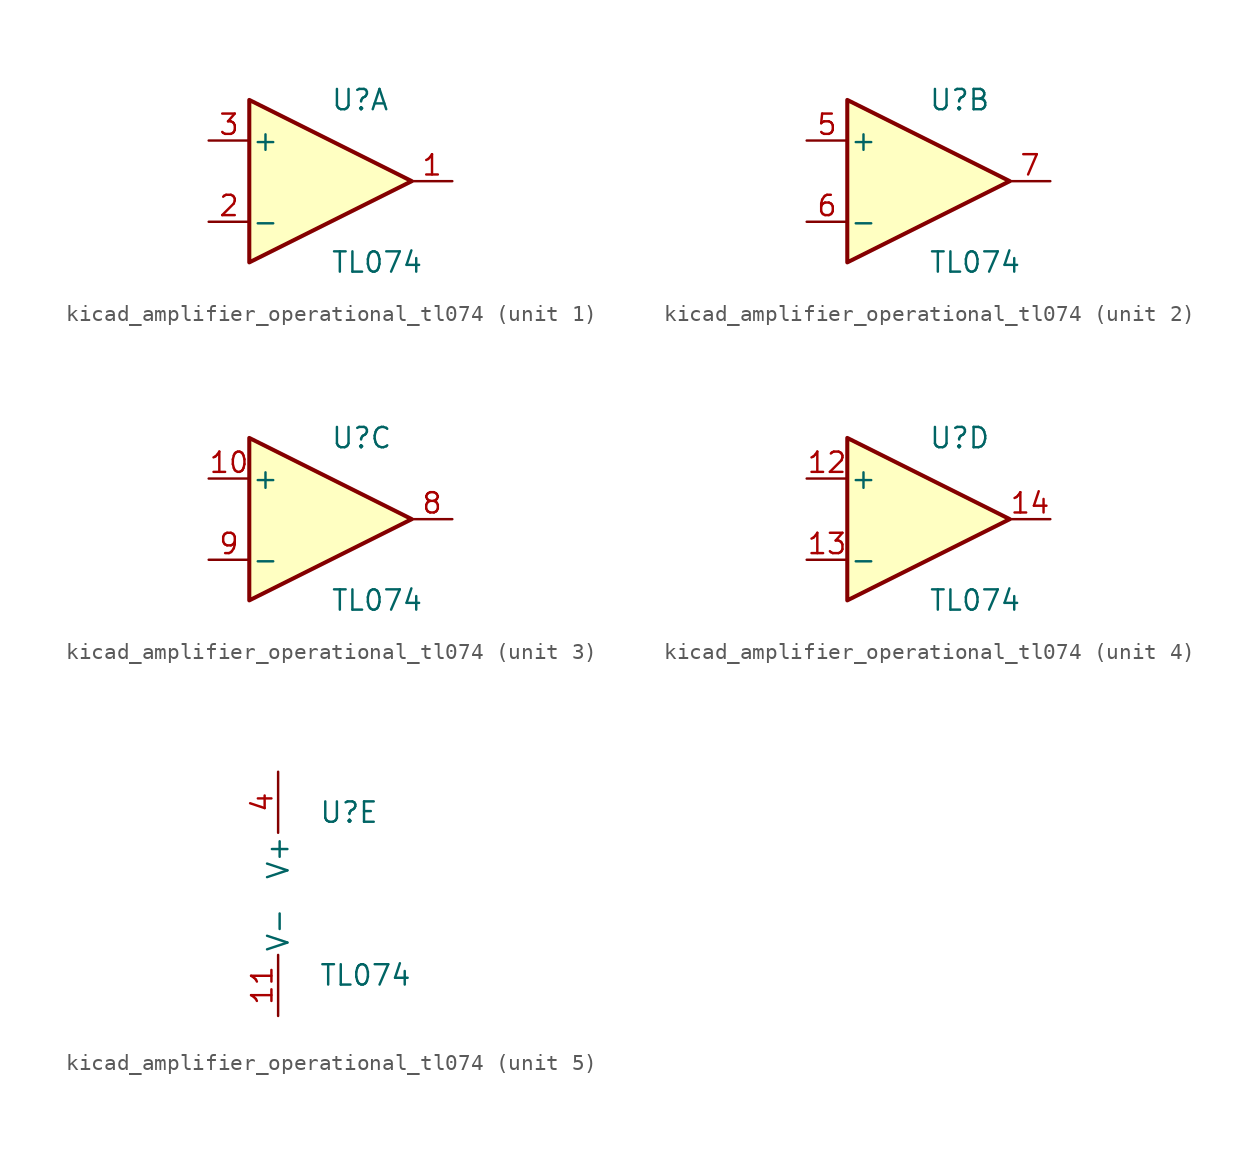
<source format=kicad_sym>
(kicad_symbol_lib
  (version 20220914)
  (generator kicad_symbol_editor)
  (symbol "kicad_amplifier_operational_tl074"
    (pin_names
      (offset 0.127))
    (property "Reference" "U"
      (at 0 5.08 0)
      (effects (font (size 1.27 1.27)) (justify left)))
    (property "Value" "TL074"
      (at 0 -5.08 0)
      (effects (font (size 1.27 1.27)) (justify left)))
    (property "ki_locked" ""
      (at 0 0 0)
      (effects (font (size 1.27 1.27))))
    (symbol "kicad_amplifier_operational_tl074_1_1"
      (polyline (pts (xy -5.08 5.08) (xy 5.08 0) (xy -5.08 -5.08) (xy -5.08 5.08)) (stroke (width 0.254) (type default)) (fill (type background)))
      (pin output line (at 7.62 0 180) (length 2.54) (name "~" (effects (font (size 1.27 1.27)))) (number "1" (effects (font (size 1.27 1.27)))))
      (pin input line (at -7.62 -2.54 0) (length 2.54) (name "-" (effects (font (size 1.27 1.27)))) (number "2" (effects (font (size 1.27 1.27)))))
      (pin input line (at -7.62 2.54 0) (length 2.54) (name "+" (effects (font (size 1.27 1.27)))) (number "3" (effects (font (size 1.27 1.27))))))
    (symbol "kicad_amplifier_operational_tl074_2_1"
      (polyline (pts (xy -5.08 5.08) (xy 5.08 0) (xy -5.08 -5.08) (xy -5.08 5.08)) (stroke (width 0.254) (type default)) (fill (type background)))
      (pin input line (at -7.62 2.54 0) (length 2.54) (name "+" (effects (font (size 1.27 1.27)))) (number "5" (effects (font (size 1.27 1.27)))))
      (pin input line (at -7.62 -2.54 0) (length 2.54) (name "-" (effects (font (size 1.27 1.27)))) (number "6" (effects (font (size 1.27 1.27)))))
      (pin output line (at 7.62 0 180) (length 2.54) (name "~" (effects (font (size 1.27 1.27)))) (number "7" (effects (font (size 1.27 1.27))))))
    (symbol "kicad_amplifier_operational_tl074_3_1"
      (polyline (pts (xy -5.08 5.08) (xy 5.08 0) (xy -5.08 -5.08) (xy -5.08 5.08)) (stroke (width 0.254) (type default)) (fill (type background)))
      (pin input line (at -7.62 2.54 0) (length 2.54) (name "+" (effects (font (size 1.27 1.27)))) (number "10" (effects (font (size 1.27 1.27)))))
      (pin output line (at 7.62 0 180) (length 2.54) (name "~" (effects (font (size 1.27 1.27)))) (number "8" (effects (font (size 1.27 1.27)))))
      (pin input line (at -7.62 -2.54 0) (length 2.54) (name "-" (effects (font (size 1.27 1.27)))) (number "9" (effects (font (size 1.27 1.27))))))
    (symbol "kicad_amplifier_operational_tl074_4_1"
      (polyline (pts (xy -5.08 5.08) (xy 5.08 0) (xy -5.08 -5.08) (xy -5.08 5.08)) (stroke (width 0.254) (type default)) (fill (type background)))
      (pin input line (at -7.62 2.54 0) (length 2.54) (name "+" (effects (font (size 1.27 1.27)))) (number "12" (effects (font (size 1.27 1.27)))))
      (pin input line (at -7.62 -2.54 0) (length 2.54) (name "-" (effects (font (size 1.27 1.27)))) (number "13" (effects (font (size 1.27 1.27)))))
      (pin output line (at 7.62 0 180) (length 2.54) (name "~" (effects (font (size 1.27 1.27)))) (number "14" (effects (font (size 1.27 1.27))))))
    (symbol "kicad_amplifier_operational_tl074_5_1"
      (pin power_in line (at -2.54 -7.62 90) (length 3.81) (name "V-" (effects (font (size 1.27 1.27)))) (number "11" (effects (font (size 1.27 1.27)))))
      (pin power_in line (at -2.54 7.62 270) (length 3.81) (name "V+" (effects (font (size 1.27 1.27)))) (number "4" (effects (font (size 1.27 1.27))))))))
</source>
